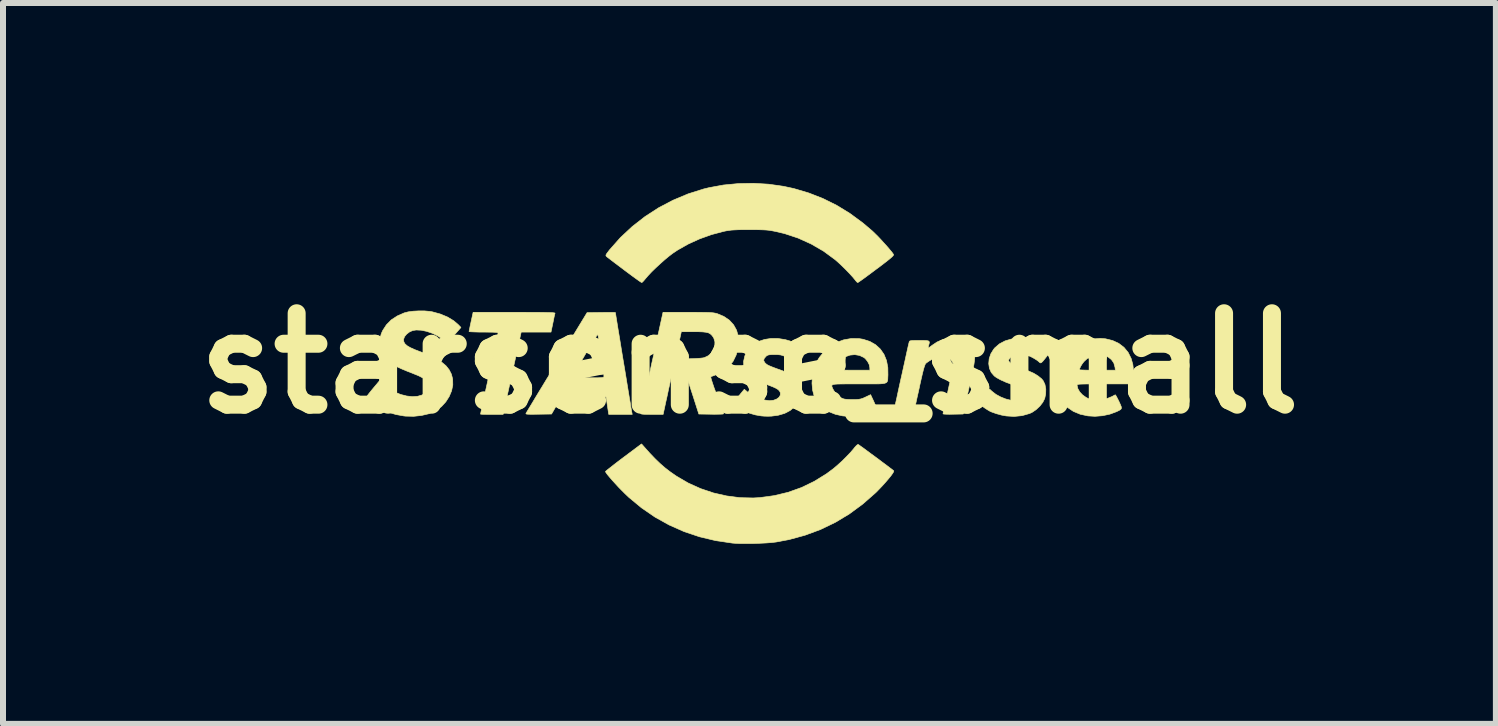
<source format=kicad_pcb>
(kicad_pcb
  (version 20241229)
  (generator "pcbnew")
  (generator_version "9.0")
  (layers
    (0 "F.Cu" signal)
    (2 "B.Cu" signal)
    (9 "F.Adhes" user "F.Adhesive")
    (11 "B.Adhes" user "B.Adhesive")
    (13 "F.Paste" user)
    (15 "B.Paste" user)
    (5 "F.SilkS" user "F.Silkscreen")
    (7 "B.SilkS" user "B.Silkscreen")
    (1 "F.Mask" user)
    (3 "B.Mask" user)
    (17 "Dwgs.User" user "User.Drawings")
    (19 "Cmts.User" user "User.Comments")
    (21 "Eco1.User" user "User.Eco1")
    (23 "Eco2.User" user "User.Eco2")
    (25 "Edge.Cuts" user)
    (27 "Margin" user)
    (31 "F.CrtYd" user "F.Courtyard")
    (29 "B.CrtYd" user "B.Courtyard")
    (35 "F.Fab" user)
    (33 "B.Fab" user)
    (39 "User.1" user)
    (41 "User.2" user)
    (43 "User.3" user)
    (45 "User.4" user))
  (footprint "starsense_small"
    (layer "F.Cu")
    (at 9.442 3.006)
    (property "Reference" "starsense_small" (at 0 0 0) (layer "F.SilkS") (effects (font (size 1.524 1.524) (thickness 0.3))))
    (attr through_hole)
    (fp_poly (pts (xy -3.766 -0.851) (xy -3.635 -0.85) (xy -3.526 -0.85) (xy -3.438 -0.849) (xy -3.368 -0.847) (xy -3.315 -0.846) (xy -3.278 -0.844) (xy -3.254 -0.841) (xy -3.243 -0.838) (xy -3.241 -0.835) (xy -3.246 -0.817) (xy -3.255 -0.779) (xy -3.265 -0.728) (xy -3.277 -0.67) (xy -3.308 -0.521) (xy -3.805 -0.521) (xy -3.857 -0.283) (xy -3.873 -0.211) (xy -3.893 -0.12) (xy -3.916 -0.014) (xy -3.941 0.101) (xy -3.968 0.221) (xy -3.994 0.34) (xy -4.008 0.403) (xy -4.106 0.851) (xy -4.295 0.851) (xy -4.361 0.851) (xy -4.416 0.85) (xy -4.458 0.849) (xy -4.48 0.847) (xy -4.483 0.846) (xy -4.48 0.833) (xy -4.473 0.798) (xy -4.461 0.742) (xy -4.445 0.669) (xy -4.425 0.58) (xy -4.403 0.477) (xy -4.378 0.363) (xy -4.351 0.241) (xy -4.337 0.178) (xy -4.309 0.052) (xy -4.283 -0.067) (xy -4.259 -0.177) (xy -4.238 -0.274) (xy -4.221 -0.358) (xy -4.207 -0.424) (xy -4.197 -0.472) (xy -4.192 -0.498) (xy -4.191 -0.503) (xy -4.195 -0.509) (xy -4.209 -0.514) (xy -4.236 -0.517) (xy -4.279 -0.519) (xy -4.341 -0.52) (xy -4.425 -0.521) (xy -4.432 -0.521) (xy -4.507 -0.521) (xy -4.573 -0.523) (xy -4.625 -0.525) (xy -4.66 -0.527) (xy -4.674 -0.53) (xy -4.674 -0.53) (xy -4.671 -0.546) (xy -4.664 -0.581) (xy -4.654 -0.631) (xy -4.641 -0.69) (xy -4.64 -0.695) (xy -4.606 -0.851) (xy -3.921 -0.851) (xy -3.766 -0.851)) (stroke (width 0.01) (type solid)) (fill yes) (layer "F.SilkS"))
    (fp_poly (pts (xy -1.761 1.386) (xy -1.662 1.497) (xy -1.573 1.59) (xy -1.489 1.671) (xy -1.406 1.743) (xy -1.319 1.81) (xy -1.225 1.875) (xy -1.213 1.883) (xy -1.021 1.995) (xy -0.815 2.088) (xy -0.601 2.16) (xy -0.381 2.21) (xy -0.158 2.239) (xy 0.063 2.244) (xy 0.171 2.238) (xy 0.413 2.205) (xy 0.646 2.149) (xy 0.87 2.069) (xy 1.082 1.966) (xy 1.284 1.841) (xy 1.401 1.754) (xy 1.47 1.695) (xy 1.545 1.627) (xy 1.618 1.554) (xy 1.685 1.484) (xy 1.738 1.422) (xy 1.748 1.408) (xy 1.776 1.377) (xy 1.799 1.356) (xy 1.812 1.352) (xy 1.825 1.36) (xy 1.855 1.382) (xy 1.899 1.413) (xy 1.954 1.454) (xy 2.016 1.5) (xy 2.083 1.549) (xy 2.151 1.599) (xy 2.217 1.649) (xy 2.278 1.694) (xy 2.33 1.734) (xy 2.372 1.765) (xy 2.398 1.786) (xy 2.405 1.792) (xy 2.403 1.806) (xy 2.386 1.835) (xy 2.356 1.877) (xy 2.315 1.927) (xy 2.267 1.983) (xy 2.214 2.042) (xy 2.159 2.1) (xy 2.104 2.156) (xy 2.098 2.161) (xy 1.886 2.347) (xy 1.663 2.511) (xy 1.428 2.652) (xy 1.183 2.77) (xy 0.926 2.865) (xy 0.658 2.938) (xy 0.445 2.978) (xy 0.371 2.987) (xy 0.279 2.994) (xy 0.175 2.999) (xy 0.065 3.003) (xy -0.044 3.004) (xy -0.145 3.004) (xy -0.233 3) (xy -0.286 2.996) (xy -0.563 2.955) (xy -0.832 2.891) (xy -1.091 2.804) (xy -1.339 2.694) (xy -1.576 2.562) (xy -1.8 2.408) (xy -2.01 2.234) (xy -2.075 2.172) (xy -2.127 2.12) (xy -2.182 2.064) (xy -2.236 2.005) (xy -2.287 1.949) (xy -2.332 1.897) (xy -2.368 1.854) (xy -2.391 1.822) (xy -2.4 1.805) (xy -2.4 1.804) (xy -2.391 1.794) (xy -2.363 1.771) (xy -2.32 1.737) (xy -2.264 1.693) (xy -2.198 1.642) (xy -2.124 1.586) (xy -2.1 1.568) (xy -1.799 1.343) (xy -1.761 1.386)) (stroke (width 0.01) (type solid)) (fill yes) (layer "F.SilkS"))
    (fp_poly (pts (xy -2.281 -0.849) (xy -2.247 -0.848) (xy -2.235 -0.847) (xy -2.235 -0.847) (xy -2.233 -0.833) (xy -2.227 -0.797) (xy -2.218 -0.741) (xy -2.206 -0.667) (xy -2.192 -0.579) (xy -2.175 -0.478) (xy -2.157 -0.368) (xy -2.138 -0.25) (xy -2.118 -0.127) (xy -2.097 -0.002) (xy -2.076 0.123) (xy -2.056 0.245) (xy -2.037 0.362) (xy -2.019 0.471) (xy -2.003 0.569) (xy -1.988 0.654) (xy -1.977 0.724) (xy -1.968 0.776) (xy -1.963 0.808) (xy -1.961 0.816) (xy -1.954 0.851) (xy -2.346 0.851) (xy -2.368 0.705) (xy -2.39 0.559) (xy -3.134 0.559) (xy -3.299 0.845) (xy -3.517 0.848) (xy -3.596 0.849) (xy -3.653 0.849) (xy -3.691 0.848) (xy -3.714 0.846) (xy -3.724 0.842) (xy -3.726 0.835) (xy -3.723 0.829) (xy -3.714 0.815) (xy -3.694 0.781) (xy -3.662 0.728) (xy -3.62 0.659) (xy -3.57 0.575) (xy -3.511 0.478) (xy -3.445 0.37) (xy -3.374 0.252) (xy -3.361 0.232) (xy -2.955 0.232) (xy -2.945 0.235) (xy -2.913 0.237) (xy -2.862 0.239) (xy -2.797 0.241) (xy -2.721 0.241) (xy -2.693 0.241) (xy -2.604 0.241) (xy -2.537 0.241) (xy -2.489 0.239) (xy -2.457 0.237) (xy -2.438 0.233) (xy -2.429 0.228) (xy -2.426 0.221) (xy -2.426 0.219) (xy -2.427 0.197) (xy -2.432 0.155) (xy -2.44 0.096) (xy -2.449 0.026) (xy -2.46 -0.052) (xy -2.472 -0.135) (xy -2.484 -0.216) (xy -2.495 -0.294) (xy -2.506 -0.362) (xy -2.515 -0.418) (xy -2.522 -0.457) (xy -2.526 -0.475) (xy -2.531 -0.476) (xy -2.543 -0.464) (xy -2.561 -0.439) (xy -2.587 -0.4) (xy -2.621 -0.345) (xy -2.664 -0.274) (xy -2.716 -0.185) (xy -2.779 -0.077) (xy -2.852 0.051) (xy -2.937 0.2) (xy -2.955 0.232) (xy -3.361 0.232) (xy -3.297 0.127) (xy -3.217 -0.005) (xy -3.209 -0.019) (xy -2.707 -0.845) (xy -2.471 -0.848) (xy -2.397 -0.849) (xy -2.332 -0.849) (xy -2.281 -0.849)) (stroke (width 0.01) (type solid)) (fill yes) (layer "F.SilkS"))
    (fp_poly (pts (xy 5.935 -0.409) (xy 6.053 -0.38) (xy 6.156 -0.332) (xy 6.243 -0.265) (xy 6.312 -0.181) (xy 6.362 -0.08) (xy 6.39 0.02) (xy 6.396 0.074) (xy 6.397 0.141) (xy 6.395 0.211) (xy 6.388 0.274) (xy 6.38 0.314) (xy 6.372 0.343) (xy 5.917 0.343) (xy 5.797 0.343) (xy 5.701 0.343) (xy 5.625 0.344) (xy 5.567 0.345) (xy 5.524 0.346) (xy 5.495 0.348) (xy 5.477 0.351) (xy 5.466 0.355) (xy 5.462 0.361) (xy 5.461 0.367) (xy 5.461 0.369) (xy 5.473 0.421) (xy 5.504 0.476) (xy 5.551 0.526) (xy 5.61 0.568) (xy 5.656 0.591) (xy 5.694 0.602) (xy 5.736 0.608) (xy 5.79 0.608) (xy 5.828 0.607) (xy 5.904 0.599) (xy 5.972 0.582) (xy 6.041 0.554) (xy 6.097 0.524) (xy 6.105 0.533) (xy 6.121 0.561) (xy 6.142 0.602) (xy 6.159 0.636) (xy 6.184 0.691) (xy 6.198 0.727) (xy 6.199 0.751) (xy 6.187 0.769) (xy 6.159 0.786) (xy 6.115 0.807) (xy 6.006 0.847) (xy 5.885 0.873) (xy 5.759 0.883) (xy 5.641 0.876) (xy 5.512 0.848) (xy 5.399 0.801) (xy 5.304 0.737) (xy 5.227 0.655) (xy 5.171 0.562) (xy 5.157 0.529) (xy 5.147 0.5) (xy 5.142 0.468) (xy 5.138 0.427) (xy 5.137 0.371) (xy 5.137 0.324) (xy 5.138 0.25) (xy 5.14 0.194) (xy 5.146 0.15) (xy 5.155 0.111) (xy 5.156 0.108) (xy 5.499 0.108) (xy 5.511 0.109) (xy 5.545 0.111) (xy 5.598 0.113) (xy 5.665 0.114) (xy 5.744 0.114) (xy 5.799 0.114) (xy 6.099 0.114) (xy 6.092 0.063) (xy 6.072 -0.007) (xy 6.033 -0.062) (xy 5.98 -0.104) (xy 5.916 -0.131) (xy 5.845 -0.143) (xy 5.772 -0.139) (xy 5.699 -0.118) (xy 5.63 -0.08) (xy 5.576 -0.03) (xy 5.548 0.006) (xy 5.523 0.046) (xy 5.505 0.084) (xy 5.499 0.108) (xy 5.156 0.108) (xy 5.167 0.072) (xy 5.222 -0.05) (xy 5.294 -0.157) (xy 5.383 -0.247) (xy 5.486 -0.32) (xy 5.599 -0.374) (xy 5.72 -0.406) (xy 5.847 -0.416) (xy 5.935 -0.409)) (stroke (width 0.01) (type solid)) (fill yes) (layer "F.SilkS"))
    (fp_poly (pts (xy 0.477 -0.414) (xy 0.597 -0.395) (xy 0.673 -0.373) (xy 0.763 -0.337) (xy 0.841 -0.294) (xy 0.901 -0.248) (xy 0.912 -0.237) (xy 0.941 -0.207) (xy 0.857 -0.103) (xy 0.773 0.001) (xy 0.724 -0.038) (xy 0.685 -0.065) (xy 0.635 -0.094) (xy 0.601 -0.111) (xy 0.558 -0.129) (xy 0.519 -0.14) (xy 0.473 -0.145) (xy 0.417 -0.146) (xy 0.362 -0.145) (xy 0.326 -0.142) (xy 0.302 -0.135) (xy 0.283 -0.123) (xy 0.275 -0.116) (xy 0.244 -0.079) (xy 0.237 -0.046) (xy 0.254 -0.014) (xy 0.267 0.000156) (xy 0.282 0.013) (xy 0.299 0.025) (xy 0.322 0.037) (xy 0.355 0.051) (xy 0.4 0.069) (xy 0.462 0.092) (xy 0.543 0.121) (xy 0.559 0.127) (xy 0.654 0.168) (xy 0.734 0.218) (xy 0.794 0.273) (xy 0.822 0.312) (xy 0.838 0.347) (xy 0.847 0.386) (xy 0.85 0.439) (xy 0.85 0.457) (xy 0.839 0.558) (xy 0.806 0.647) (xy 0.752 0.723) (xy 0.678 0.786) (xy 0.586 0.834) (xy 0.476 0.866) (xy 0.368 0.88) (xy 0.307 0.882) (xy 0.243 0.88) (xy 0.195 0.876) (xy 0.097 0.859) (xy 0.01 0.834) (xy -0.062 0.805) (xy -0.101 0.785) (xy -0.145 0.758) (xy -0.189 0.729) (xy -0.228 0.7) (xy -0.256 0.676) (xy -0.267 0.661) (xy -0.267 0.66) (xy -0.259 0.647) (xy -0.238 0.619) (xy -0.208 0.58) (xy -0.176 0.541) (xy -0.086 0.432) (xy -0.033 0.477) (xy 0.046 0.533) (xy 0.139 0.578) (xy 0.236 0.609) (xy 0.33 0.622) (xy 0.34 0.622) (xy 0.402 0.615) (xy 0.454 0.595) (xy 0.493 0.566) (xy 0.514 0.53) (xy 0.515 0.491) (xy 0.513 0.486) (xy 0.5 0.46) (xy 0.477 0.437) (xy 0.441 0.415) (xy 0.389 0.391) (xy 0.316 0.363) (xy 0.295 0.356) (xy 0.2 0.32) (xy 0.125 0.289) (xy 0.066 0.259) (xy 0.02 0.229) (xy -0.018 0.196) (xy -0.024 0.19) (xy -0.071 0.125) (xy -0.095 0.049) (xy -0.098 -0.034) (xy -0.078 -0.122) (xy -0.057 -0.173) (xy -0.005 -0.251) (xy 0.066 -0.316) (xy 0.152 -0.365) (xy 0.251 -0.398) (xy 0.36 -0.415) (xy 0.477 -0.414)) (stroke (width 0.01) (type solid)) (fill yes) (layer "F.SilkS"))
    (fp_poly (pts (xy -0.911 -0.851) (xy -0.817 -0.85) (xy -0.742 -0.849) (xy -0.684 -0.848) (xy -0.639 -0.845) (xy -0.604 -0.842) (xy -0.575 -0.837) (xy -0.551 -0.832) (xy -0.535 -0.827) (xy -0.426 -0.781) (xy -0.335 -0.719) (xy -0.265 -0.642) (xy -0.215 -0.552) (xy -0.187 -0.45) (xy -0.181 -0.337) (xy -0.19 -0.259) (xy -0.222 -0.139) (xy -0.273 -0.034) (xy -0.343 0.055) (xy -0.434 0.128) (xy -0.546 0.187) (xy -0.643 0.222) (xy -0.644 0.236) (xy -0.635 0.271) (xy -0.617 0.327) (xy -0.591 0.404) (xy -0.556 0.498) (xy -0.545 0.529) (xy -0.514 0.612) (xy -0.486 0.686) (xy -0.463 0.75) (xy -0.446 0.799) (xy -0.435 0.831) (xy -0.432 0.841) (xy -0.444 0.845) (xy -0.477 0.847) (xy -0.527 0.848) (xy -0.59 0.849) (xy -0.638 0.848) (xy -0.844 0.845) (xy -0.94 0.546) (xy -1.037 0.248) (xy -1.171 0.244) (xy -1.306 0.24) (xy -1.325 0.327) (xy -1.334 0.368) (xy -1.348 0.429) (xy -1.363 0.501) (xy -1.38 0.58) (xy -1.392 0.632) (xy -1.439 0.851) (xy -1.629 0.851) (xy -1.705 0.85) (xy -1.759 0.849) (xy -1.793 0.846) (xy -1.81 0.841) (xy -1.813 0.835) (xy -1.81 0.82) (xy -1.801 0.783) (xy -1.788 0.724) (xy -1.771 0.648) (xy -1.75 0.554) (xy -1.726 0.447) (xy -1.7 0.327) (xy -1.671 0.196) (xy -1.641 0.058) (xy -1.625 -0.016) (xy -1.609 -0.086) (xy -1.231 -0.086) (xy -1.22 -0.081) (xy -1.188 -0.077) (xy -1.139 -0.076) (xy -1.08 -0.075) (xy -1.014 -0.076) (xy -0.946 -0.078) (xy -0.881 -0.081) (xy -0.824 -0.085) (xy -0.779 -0.09) (xy -0.753 -0.095) (xy -0.688 -0.126) (xy -0.635 -0.172) (xy -0.598 -0.229) (xy -0.578 -0.293) (xy -0.576 -0.358) (xy -0.595 -0.421) (xy -0.609 -0.444) (xy -0.632 -0.473) (xy -0.656 -0.494) (xy -0.686 -0.509) (xy -0.725 -0.518) (xy -0.778 -0.524) (xy -0.849 -0.527) (xy -0.927 -0.527) (xy -1.136 -0.527) (xy -1.183 -0.311) (xy -1.199 -0.24) (xy -1.212 -0.178) (xy -1.223 -0.129) (xy -1.23 -0.096) (xy -1.231 -0.086) (xy -1.609 -0.086) (xy -1.441 -0.851) (xy -1.027 -0.851) (xy -0.911 -0.851)) (stroke (width 0.01) (type solid)) (fill yes) (layer "F.SilkS"))
    (fp_poly (pts (xy 4.597 -0.411) (xy 4.717 -0.386) (xy 4.837 -0.342) (xy 4.878 -0.322) (xy 4.925 -0.295) (xy 4.967 -0.267) (xy 4.995 -0.244) (xy 4.995 -0.244) (xy 5.028 -0.209) (xy 4.958 -0.12) (xy 4.917 -0.068) (xy 4.888 -0.033) (xy 4.868 -0.014) (xy 4.853 -0.007) (xy 4.841 -0.011) (xy 4.827 -0.023) (xy 4.818 -0.032) (xy 4.787 -0.055) (xy 4.744 -0.082) (xy 4.699 -0.106) (xy 4.655 -0.126) (xy 4.617 -0.138) (xy 4.577 -0.144) (xy 4.524 -0.146) (xy 4.504 -0.146) (xy 4.45 -0.146) (xy 4.415 -0.143) (xy 4.392 -0.137) (xy 4.375 -0.125) (xy 4.356 -0.106) (xy 4.355 -0.105) (xy 4.332 -0.076) (xy 4.319 -0.054) (xy 4.318 -0.05) (xy 4.33 -0.025) (xy 4.361 0.004) (xy 4.409 0.034) (xy 4.467 0.061) (xy 4.489 0.07) (xy 4.547 0.09) (xy 4.604 0.111) (xy 4.65 0.127) (xy 4.655 0.129) (xy 4.737 0.165) (xy 4.81 0.21) (xy 4.869 0.258) (xy 4.895 0.289) (xy 4.925 0.352) (xy 4.939 0.429) (xy 4.937 0.511) (xy 4.921 0.586) (xy 4.889 0.65) (xy 4.839 0.714) (xy 4.777 0.772) (xy 4.709 0.818) (xy 4.669 0.836) (xy 4.543 0.872) (xy 4.411 0.885) (xy 4.28 0.877) (xy 4.199 0.862) (xy 4.115 0.839) (xy 4.039 0.812) (xy 4.007 0.798) (xy 3.968 0.775) (xy 3.925 0.747) (xy 3.884 0.718) (xy 3.85 0.69) (xy 3.828 0.668) (xy 3.823 0.659) (xy 3.83 0.645) (xy 3.851 0.616) (xy 3.882 0.576) (xy 3.913 0.538) (xy 4.004 0.431) (xy 4.037 0.462) (xy 4.107 0.517) (xy 4.188 0.561) (xy 4.274 0.595) (xy 4.359 0.616) (xy 4.439 0.621) (xy 4.508 0.611) (xy 4.525 0.605) (xy 4.568 0.581) (xy 4.594 0.548) (xy 4.604 0.517) (xy 4.603 0.485) (xy 4.583 0.454) (xy 4.542 0.424) (xy 4.479 0.392) (xy 4.398 0.361) (xy 4.279 0.317) (xy 4.185 0.275) (xy 4.115 0.236) (xy 4.08 0.21) (xy 4.03 0.152) (xy 3.999 0.083) (xy 3.988 0.005) (xy 3.995 -0.076) (xy 4.022 -0.157) (xy 4.068 -0.232) (xy 4.089 -0.258) (xy 4.167 -0.325) (xy 4.26 -0.374) (xy 4.365 -0.405) (xy 4.478 -0.417) (xy 4.597 -0.411)) (stroke (width 0.01) (type solid)) (fill yes) (layer "F.SilkS"))
    (fp_poly (pts (xy 0.319 -2.986) (xy 0.565 -2.951) (xy 0.737 -2.914) (xy 0.987 -2.84) (xy 1.225 -2.747) (xy 1.453 -2.634) (xy 1.672 -2.5) (xy 1.887 -2.342) (xy 2.05 -2.204) (xy 2.088 -2.167) (xy 2.136 -2.12) (xy 2.188 -2.065) (xy 2.241 -2.006) (xy 2.293 -1.949) (xy 2.338 -1.896) (xy 2.374 -1.853) (xy 2.397 -1.821) (xy 2.401 -1.814) (xy 2.401 -1.806) (xy 2.393 -1.793) (xy 2.375 -1.774) (xy 2.344 -1.747) (xy 2.3 -1.711) (xy 2.24 -1.665) (xy 2.162 -1.605) (xy 2.114 -1.57) (xy 2.038 -1.513) (xy 1.969 -1.462) (xy 1.908 -1.417) (xy 1.859 -1.382) (xy 1.824 -1.358) (xy 1.807 -1.347) (xy 1.805 -1.346) (xy 1.791 -1.355) (xy 1.769 -1.379) (xy 1.758 -1.394) (xy 1.718 -1.442) (xy 1.665 -1.5) (xy 1.603 -1.564) (xy 1.539 -1.627) (xy 1.478 -1.684) (xy 1.429 -1.727) (xy 1.236 -1.869) (xy 1.029 -1.989) (xy 0.811 -2.088) (xy 0.584 -2.163) (xy 0.431 -2.199) (xy 0.379 -2.209) (xy 0.332 -2.217) (xy 0.284 -2.222) (xy 0.231 -2.225) (xy 0.166 -2.227) (xy 0.086 -2.228) (xy -0.006 -2.228) (xy -0.106 -2.228) (xy -0.184 -2.227) (xy -0.247 -2.224) (xy -0.299 -2.221) (xy -0.345 -2.215) (xy -0.39 -2.208) (xy -0.432 -2.199) (xy -0.632 -2.146) (xy -0.83 -2.075) (xy -1.02 -1.989) (xy -1.195 -1.89) (xy -1.282 -1.832) (xy -1.343 -1.785) (xy -1.413 -1.727) (xy -1.487 -1.661) (xy -1.561 -1.593) (xy -1.63 -1.526) (xy -1.688 -1.464) (xy -1.732 -1.413) (xy -1.736 -1.408) (xy -1.763 -1.376) (xy -1.785 -1.353) (xy -1.796 -1.347) (xy -1.81 -1.354) (xy -1.841 -1.375) (xy -1.886 -1.407) (xy -1.944 -1.449) (xy -2.01 -1.498) (xy -2.084 -1.553) (xy -2.089 -1.557) (xy -2.163 -1.613) (xy -2.231 -1.664) (xy -2.29 -1.709) (xy -2.338 -1.746) (xy -2.371 -1.771) (xy -2.386 -1.784) (xy -2.386 -1.784) (xy -2.393 -1.795) (xy -2.39 -1.811) (xy -2.376 -1.834) (xy -2.348 -1.871) (xy -2.33 -1.894) (xy -2.151 -2.096) (xy -1.954 -2.28) (xy -1.741 -2.446) (xy -1.514 -2.593) (xy -1.274 -2.719) (xy -1.024 -2.824) (xy -0.765 -2.906) (xy -0.674 -2.928) (xy -0.436 -2.972) (xy -0.187 -2.996) (xy 0.066 -3.001) (xy 0.319 -2.986)) (stroke (width 0.01) (type solid)) (fill yes) (layer "F.SilkS"))
    (fp_poly (pts (xy 3.439 -0.411) (xy 3.481 -0.408) (xy 3.515 -0.401) (xy 3.549 -0.388) (xy 3.589 -0.368) (xy 3.641 -0.339) (xy 3.677 -0.31) (xy 3.705 -0.275) (xy 3.714 -0.262) (xy 3.73 -0.234) (xy 3.743 -0.205) (xy 3.751 -0.175) (xy 3.756 -0.14) (xy 3.755 -0.098) (xy 3.75 -0.045) (xy 3.741 0.02) (xy 3.726 0.1) (xy 3.705 0.199) (xy 3.679 0.317) (xy 3.661 0.4) (xy 3.562 0.845) (xy 3.394 0.848) (xy 3.332 0.849) (xy 3.28 0.848) (xy 3.244 0.846) (xy 3.226 0.843) (xy 3.226 0.842) (xy 3.228 0.828) (xy 3.236 0.792) (xy 3.248 0.737) (xy 3.263 0.666) (xy 3.281 0.583) (xy 3.302 0.489) (xy 3.315 0.428) (xy 3.405 0.024) (xy 3.382 -0.023) (xy 3.346 -0.07) (xy 3.294 -0.1) (xy 3.23 -0.113) (xy 3.157 -0.107) (xy 3.079 -0.083) (xy 3.038 -0.064) (xy 2.995 -0.039) (xy 2.957 -0.013) (xy 2.936 0.004) (xy 2.927 0.021) (xy 2.915 0.053) (xy 2.9 0.103) (xy 2.883 0.171) (xy 2.862 0.261) (xy 2.837 0.373) (xy 2.833 0.394) (xy 2.812 0.489) (xy 2.792 0.577) (xy 2.775 0.657) (xy 2.76 0.723) (xy 2.749 0.772) (xy 2.742 0.801) (xy 2.742 0.803) (xy 2.73 0.851) (xy 2.565 0.851) (xy 2.494 0.85) (xy 2.445 0.848) (xy 2.416 0.844) (xy 2.402 0.839) (xy 2.4 0.834) (xy 2.403 0.82) (xy 2.41 0.784) (xy 2.422 0.729) (xy 2.437 0.658) (xy 2.456 0.574) (xy 2.476 0.48) (xy 2.498 0.379) (xy 2.521 0.274) (xy 2.545 0.168) (xy 2.568 0.063) (xy 2.59 -0.036) (xy 2.61 -0.128) (xy 2.628 -0.21) (xy 2.643 -0.277) (xy 2.655 -0.328) (xy 2.661 -0.352) (xy 2.664 -0.364) (xy 2.672 -0.372) (xy 2.688 -0.377) (xy 2.716 -0.38) (xy 2.761 -0.381) (xy 2.827 -0.381) (xy 2.832 -0.381) (xy 2.903 -0.381) (xy 2.951 -0.379) (xy 2.981 -0.374) (xy 2.995 -0.363) (xy 2.998 -0.345) (xy 2.992 -0.318) (xy 2.985 -0.295) (xy 2.979 -0.268) (xy 2.978 -0.254) (xy 2.979 -0.254) (xy 2.991 -0.261) (xy 3.017 -0.28) (xy 3.051 -0.305) (xy 3.126 -0.355) (xy 3.2 -0.388) (xy 3.28 -0.406) (xy 3.376 -0.412) (xy 3.38 -0.412) (xy 3.439 -0.411)) (stroke (width 0.01) (type solid)) (fill yes) (layer "F.SilkS"))
    (fp_poly (pts (xy 1.828 -0.412) (xy 1.894 -0.401) (xy 2.006 -0.365) (xy 2.101 -0.311) (xy 2.18 -0.239) (xy 2.242 -0.15) (xy 2.284 -0.047) (xy 2.306 0.07) (xy 2.308 0.194) (xy 2.306 0.233) (xy 2.305 0.264) (xy 2.302 0.289) (xy 2.294 0.308) (xy 2.28 0.322) (xy 2.256 0.332) (xy 2.221 0.338) (xy 2.172 0.342) (xy 2.106 0.343) (xy 2.022 0.343) (xy 1.916 0.343) (xy 1.827 0.343) (xy 1.705 0.343) (xy 1.606 0.343) (xy 1.527 0.344) (xy 1.468 0.345) (xy 1.425 0.348) (xy 1.396 0.353) (xy 1.379 0.361) (xy 1.372 0.371) (xy 1.373 0.384) (xy 1.379 0.401) (xy 1.389 0.423) (xy 1.391 0.429) (xy 1.433 0.498) (xy 1.496 0.555) (xy 1.53 0.576) (xy 1.558 0.589) (xy 1.589 0.597) (xy 1.628 0.601) (xy 1.683 0.603) (xy 1.714 0.603) (xy 1.777 0.603) (xy 1.821 0.6) (xy 1.857 0.593) (xy 1.891 0.582) (xy 1.931 0.564) (xy 1.933 0.563) (xy 2.019 0.522) (xy 2.07 0.631) (xy 2.092 0.68) (xy 2.109 0.72) (xy 2.119 0.746) (xy 2.121 0.752) (xy 2.11 0.763) (xy 2.081 0.78) (xy 2.039 0.8) (xy 1.991 0.822) (xy 1.942 0.841) (xy 1.898 0.856) (xy 1.88 0.861) (xy 1.803 0.874) (xy 1.714 0.881) (xy 1.625 0.882) (xy 1.552 0.876) (xy 1.431 0.849) (xy 1.323 0.806) (xy 1.229 0.746) (xy 1.152 0.673) (xy 1.096 0.588) (xy 1.079 0.549) (xy 1.052 0.446) (xy 1.042 0.332) (xy 1.05 0.212) (xy 1.073 0.104) (xy 1.41 0.104) (xy 1.422 0.107) (xy 1.456 0.11) (xy 1.508 0.112) (xy 1.575 0.113) (xy 1.654 0.114) (xy 1.708 0.114) (xy 2.007 0.114) (xy 2.006 0.073) (xy 1.996 0.022) (xy 1.969 -0.031) (xy 1.931 -0.078) (xy 1.908 -0.097) (xy 1.834 -0.132) (xy 1.755 -0.145) (xy 1.674 -0.137) (xy 1.597 -0.109) (xy 1.526 -0.063) (xy 1.467 0.000093) (xy 1.451 0.025) (xy 1.43 0.062) (xy 1.415 0.091) (xy 1.41 0.104) (xy 1.073 0.104) (xy 1.076 0.093) (xy 1.118 -0.018) (xy 1.121 -0.025) (xy 1.164 -0.097) (xy 1.224 -0.171) (xy 1.294 -0.241) (xy 1.366 -0.3) (xy 1.436 -0.342) (xy 1.438 -0.343) (xy 1.568 -0.391) (xy 1.697 -0.414) (xy 1.828 -0.412)) (stroke (width 0.01) (type solid)) (fill yes) (layer "F.SilkS"))
    (fp_poly (pts (xy -5.419 -0.874) (xy -5.332 -0.866) (xy -5.288 -0.859) (xy -5.156 -0.823) (xy -5.035 -0.773) (xy -4.93 -0.71) (xy -4.852 -0.643) (xy -4.809 -0.598) (xy -4.902 -0.492) (xy -4.942 -0.447) (xy -4.978 -0.407) (xy -5.005 -0.377) (xy -5.017 -0.364) (xy -5.029 -0.353) (xy -5.041 -0.351) (xy -5.059 -0.359) (xy -5.088 -0.38) (xy -5.118 -0.405) (xy -5.197 -0.458) (xy -5.286 -0.501) (xy -5.379 -0.533) (xy -5.47 -0.552) (xy -5.555 -0.556) (xy -5.613 -0.547) (xy -5.667 -0.523) (xy -5.714 -0.487) (xy -5.749 -0.445) (xy -5.765 -0.401) (xy -5.766 -0.391) (xy -5.76 -0.356) (xy -5.741 -0.324) (xy -5.706 -0.293) (xy -5.653 -0.262) (xy -5.58 -0.229) (xy -5.484 -0.192) (xy -5.48 -0.191) (xy -5.341 -0.136) (xy -5.225 -0.08) (xy -5.132 -0.021) (xy -5.059 0.04) (xy -5.005 0.108) (xy -4.968 0.181) (xy -4.947 0.263) (xy -4.947 0.267) (xy -4.945 0.362) (xy -4.965 0.458) (xy -5.005 0.553) (xy -5.062 0.642) (xy -5.133 0.72) (xy -5.217 0.783) (xy -5.242 0.797) (xy -5.347 0.841) (xy -5.467 0.869) (xy -5.597 0.883) (xy -5.731 0.88) (xy -5.76 0.877) (xy -5.893 0.853) (xy -6.025 0.814) (xy -6.144 0.763) (xy -6.147 0.761) (xy -6.199 0.731) (xy -6.251 0.696) (xy -6.3 0.658) (xy -6.342 0.623) (xy -6.372 0.592) (xy -6.385 0.569) (xy -6.386 0.564) (xy -6.376 0.548) (xy -6.354 0.518) (xy -6.321 0.476) (xy -6.282 0.428) (xy -6.275 0.42) (xy -6.169 0.293) (xy -6.091 0.363) (xy -6.008 0.427) (xy -5.915 0.479) (xy -5.817 0.518) (xy -5.717 0.544) (xy -5.62 0.555) (xy -5.531 0.549) (xy -5.455 0.527) (xy -5.45 0.524) (xy -5.4 0.487) (xy -5.364 0.437) (xy -5.347 0.38) (xy -5.347 0.367) (xy -5.357 0.324) (xy -5.389 0.283) (xy -5.444 0.243) (xy -5.522 0.204) (xy -5.574 0.183) (xy -5.698 0.134) (xy -5.799 0.092) (xy -5.883 0.053) (xy -5.95 0.016) (xy -6.003 -0.021) (xy -6.047 -0.059) (xy -6.082 -0.101) (xy -6.113 -0.148) (xy -6.125 -0.17) (xy -6.139 -0.201) (xy -6.148 -0.234) (xy -6.152 -0.277) (xy -6.153 -0.337) (xy -6.153 -0.343) (xy -6.152 -0.403) (xy -6.149 -0.445) (xy -6.141 -0.481) (xy -6.127 -0.517) (xy -6.112 -0.549) (xy -6.051 -0.643) (xy -5.971 -0.724) (xy -5.87 -0.79) (xy -5.754 -0.841) (xy -5.688 -0.858) (xy -5.605 -0.869) (xy -5.513 -0.874) (xy -5.419 -0.874)) (stroke (width 0.01) (type solid)) (fill yes) (layer "F.SilkS")))
  (gr_rect
    (start -3 -3)
    (end 21.883 9.015)
    (stroke (width 0.1) (type default))
    (fill no)
    (layer "Edge.Cuts")))
</source>
